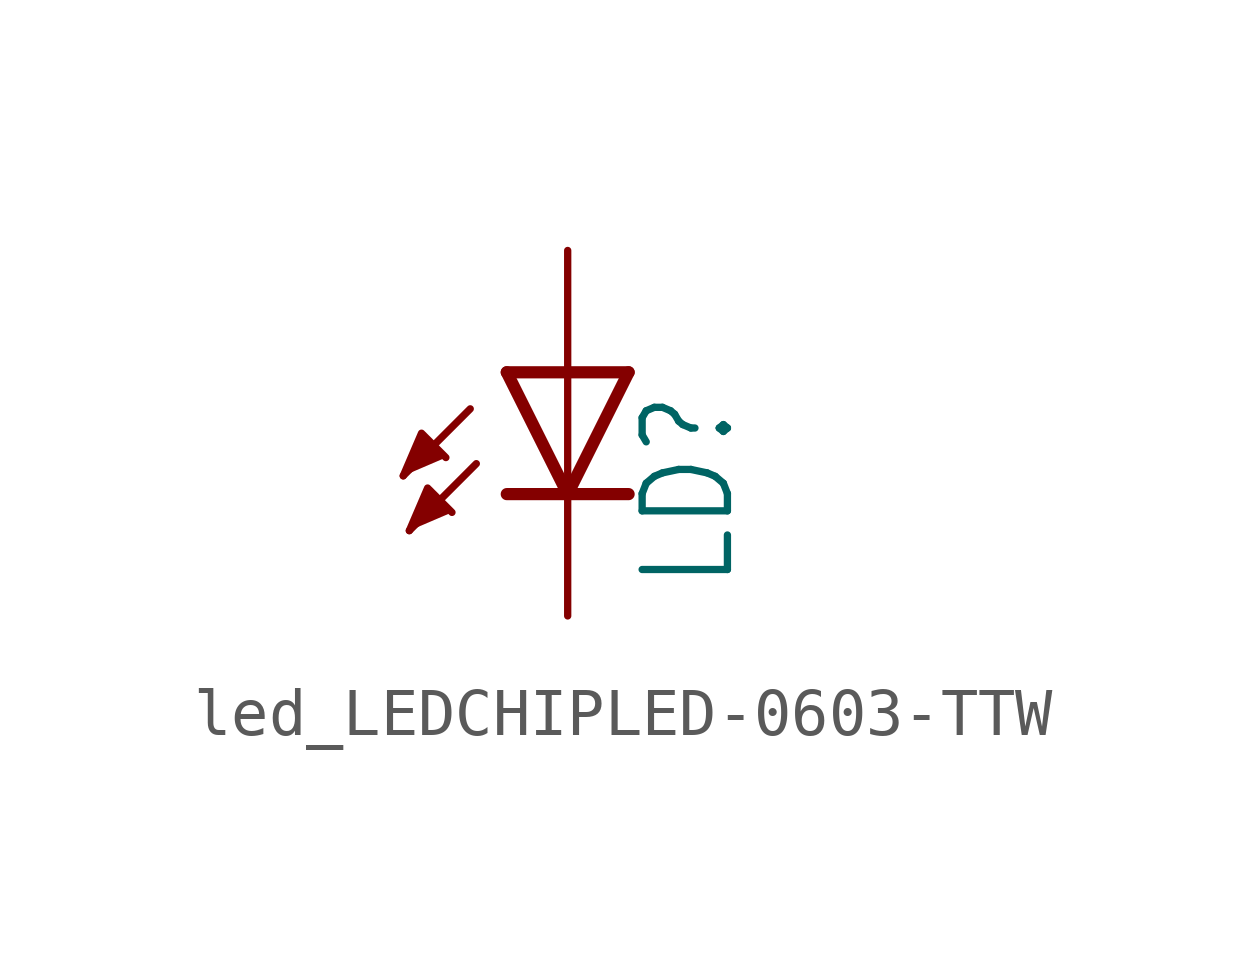
<source format=kicad_sym>
(kicad_symbol_lib
  (version 20220914)
  (generator kicad_symbol_editor)
  (symbol "led_LEDCHIPLED-0603-TTW"
    (property "Reference" "LD"
      (at 3.556 -4.572 90)
      (effects (font (size 1.778 1.511)) (justify left bottom)))
    (property "Value" ""
      (at 5.715 -4.572 90)
      (effects (font (size 1.778 1.511)) (justify left bottom)))
    (property "ki_locked" ""
      (at 0 0 0)
      (effects (font (size 1.27 1.27))))
    (symbol "led_LEDCHIPLED-0603-TTW_1_0"
      (polyline (pts (xy -2.032 -0.762) (xy -3.429 -2.159)) (stroke (width 0.152) (type solid)) (fill (type none)))
      (polyline (pts (xy -1.905 -1.905) (xy -3.302 -3.302)) (stroke (width 0.152) (type solid)) (fill (type none)))
      (polyline (pts (xy 0 -2.54) (xy -1.27 -2.54)) (stroke (width 0.254) (type solid)) (fill (type none)))
      (polyline (pts (xy 0 -2.54) (xy -1.27 0)) (stroke (width 0.254) (type solid)) (fill (type none)))
      (polyline (pts (xy 0 0) (xy -1.27 0)) (stroke (width 0.254) (type solid)) (fill (type none)))
      (polyline (pts (xy 0 0) (xy 0 -2.54)) (stroke (width 0.152) (type solid)) (fill (type none)))
      (polyline (pts (xy 1.27 -2.54) (xy 0 -2.54)) (stroke (width 0.254) (type solid)) (fill (type none)))
      (polyline (pts (xy 1.27 0) (xy 0 -2.54)) (stroke (width 0.254) (type solid)) (fill (type none)))
      (polyline (pts (xy 1.27 0) (xy 0 0)) (stroke (width 0.254) (type solid)) (fill (type none)))
      (polyline (pts (xy -3.429 -2.159) (xy -3.048 -1.27) (xy -2.54 -1.778)) (stroke (width 0.152) (type solid)) (fill (type outline)))
      (polyline (pts (xy -3.302 -3.302) (xy -2.921 -2.413) (xy -2.413 -2.921)) (stroke (width 0.152) (type solid)) (fill (type outline)))
      (pin passive line (at 0 2.54 270) (length 2.54) (name "A" (effects (font (size 0 0)))) (number "A@1" (effects (font (size 0 0)))))
      (pin passive line (at 0 -5.08 90) (length 2.54) (name "C" (effects (font (size 0 0)))) (number "C@1" (effects (font (size 0 0))))))))
</source>
